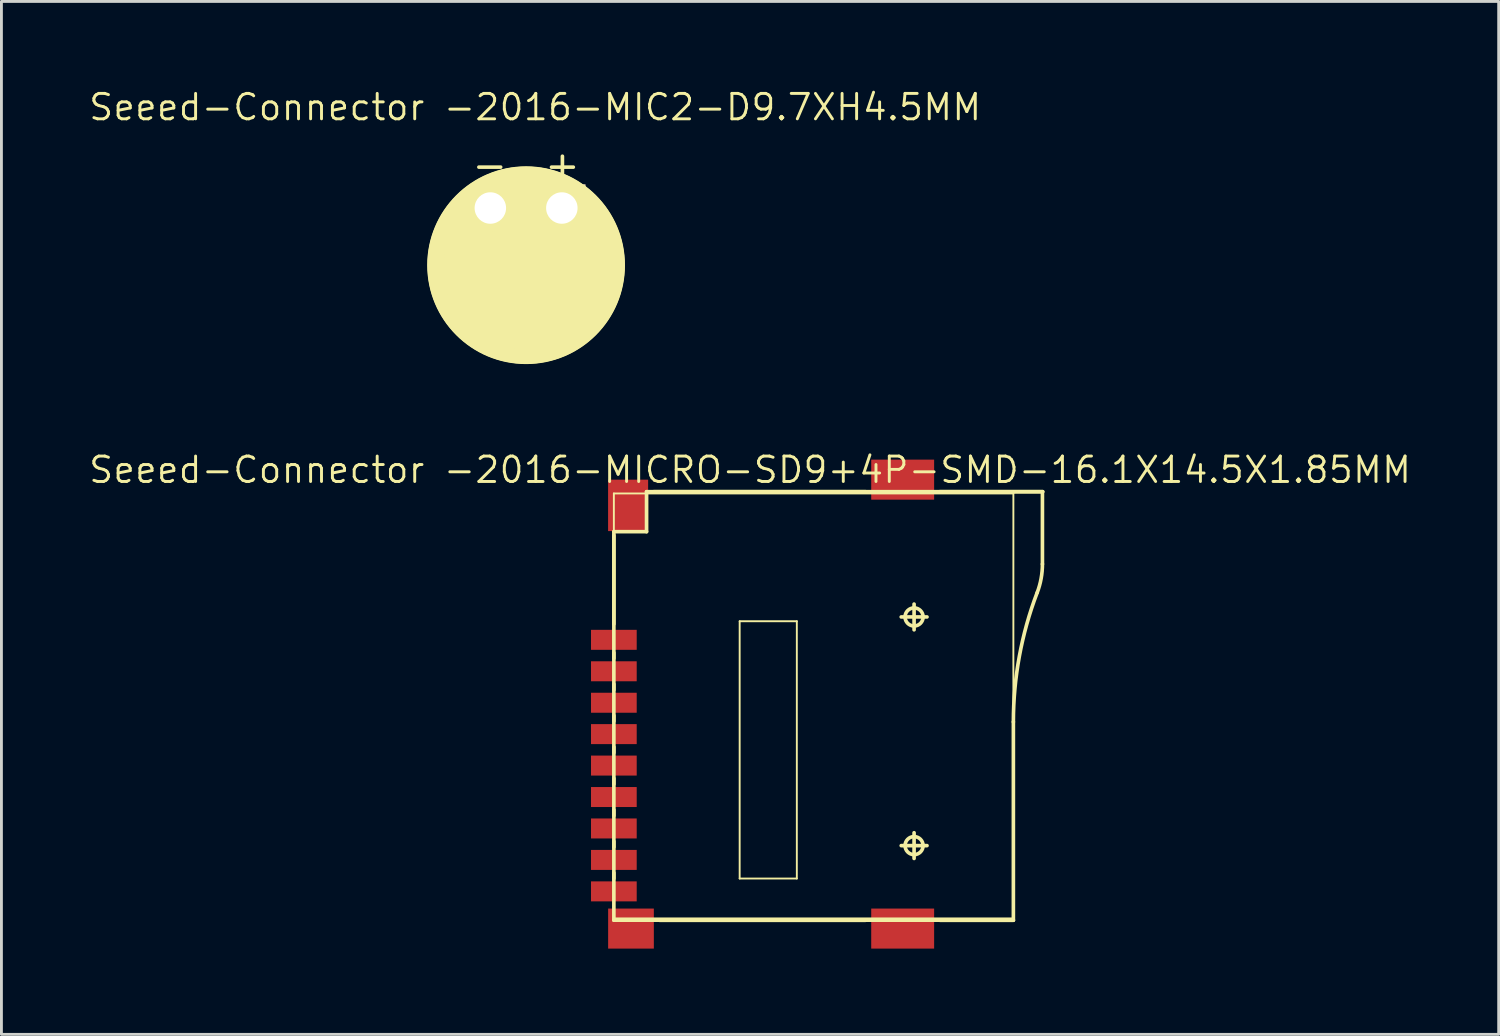
<source format=kicad_pcb>
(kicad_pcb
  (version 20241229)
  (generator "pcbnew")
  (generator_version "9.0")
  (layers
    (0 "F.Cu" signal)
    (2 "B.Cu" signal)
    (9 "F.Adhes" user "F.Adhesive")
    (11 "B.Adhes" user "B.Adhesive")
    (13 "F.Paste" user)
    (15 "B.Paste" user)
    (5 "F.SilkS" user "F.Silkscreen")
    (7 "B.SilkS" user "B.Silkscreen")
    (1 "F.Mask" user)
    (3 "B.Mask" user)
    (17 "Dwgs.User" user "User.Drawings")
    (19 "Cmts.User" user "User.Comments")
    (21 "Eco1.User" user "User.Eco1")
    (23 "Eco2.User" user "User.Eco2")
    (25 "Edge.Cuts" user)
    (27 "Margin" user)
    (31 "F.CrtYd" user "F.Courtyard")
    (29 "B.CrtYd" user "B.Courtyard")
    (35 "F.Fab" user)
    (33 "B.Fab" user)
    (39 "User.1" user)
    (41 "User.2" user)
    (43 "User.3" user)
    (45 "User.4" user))
  (footprint "Seeed-Connector -2016-MICRO-SD9+4P-SMD-16.1X14.5X1.85MM"
    (layer "F.Cu")
    (at 18.415 21.571)
    (property "Reference" "Seeed-Connector -2016-MICRO-SD9+4P-SMD-16.1X14.5X1.85MM" (at 4.763 -8.191 0) (layer "F.SilkS") (effects (font (size 0.889 0.889) (thickness 0.102))))
    (attr smd)
    (fp_line (start 0 -7.366) (end 13.97 -7.366) (stroke (width 0.066) (type solid)) (layer "F.SilkS"))
    (fp_line (start 0 -6.03) (end 1.143 -6.03) (stroke (width 0.127) (type solid)) (layer "F.SilkS"))
    (fp_line (start 0 -5.898) (end 0 -2.799) (stroke (width 0.127) (type solid)) (layer "F.SilkS"))
    (fp_line (start 0 -1.798) (end 0 -1.598) (stroke (width 0.127) (type solid)) (layer "F.SilkS"))
    (fp_line (start 0 -0.699) (end 0 -0.498) (stroke (width 0.127) (type solid)) (layer "F.SilkS"))
    (fp_line (start 0 0.399) (end 0 0.599) (stroke (width 0.127) (type solid)) (layer "F.SilkS"))
    (fp_line (start 0 1.499) (end 0 1.699) (stroke (width 0.127) (type solid)) (layer "F.SilkS"))
    (fp_line (start 0 2.598) (end 0 2.799) (stroke (width 0.127) (type solid)) (layer "F.SilkS"))
    (fp_line (start 0 3.698) (end 0 3.899) (stroke (width 0.127) (type solid)) (layer "F.SilkS"))
    (fp_line (start 0 4.798) (end 0 4.999) (stroke (width 0.127) (type solid)) (layer "F.SilkS"))
    (fp_line (start 0 5.898) (end 0 6.099) (stroke (width 0.127) (type solid)) (layer "F.SilkS"))
    (fp_line (start 0 7.493) (end 0 -7.366) (stroke (width 0.066) (type solid)) (layer "F.SilkS"))
    (fp_line (start 0 7.493) (end 13.97 7.493) (stroke (width 0.066) (type solid)) (layer "F.SilkS"))
    (fp_line (start 0 7.556) (end 0 -6.03) (stroke (width 0.127) (type solid)) (layer "F.SilkS"))
    (fp_line (start 1.143 -7.427) (end 14.986 -7.427) (stroke (width 0.127) (type solid)) (layer "F.SilkS"))
    (fp_line (start 1.143 -6.03) (end 1.143 -7.427) (stroke (width 0.127) (type solid)) (layer "F.SilkS"))
    (fp_line (start 1.598 7.559) (end 8.799 7.559) (stroke (width 0.127) (type solid)) (layer "F.SilkS"))
    (fp_line (start 4.399 -2.898) (end 6.398 -2.898) (stroke (width 0.066) (type solid)) (layer "F.SilkS"))
    (fp_line (start 4.399 6.099) (end 4.399 -2.898) (stroke (width 0.066) (type solid)) (layer "F.SilkS"))
    (fp_line (start 4.399 6.099) (end 6.398 6.099) (stroke (width 0.066) (type solid)) (layer "F.SilkS"))
    (fp_line (start 6.398 6.099) (end 6.398 -2.898) (stroke (width 0.066) (type solid)) (layer "F.SilkS"))
    (fp_line (start 8.799 -7.429) (end 1.4 -7.429) (stroke (width 0.127) (type solid)) (layer "F.SilkS"))
    (fp_line (start 10.048 -3.048) (end 10.95 -3.048) (stroke (width 0.127) (type solid)) (layer "F.SilkS"))
    (fp_line (start 10.048 4.948) (end 10.95 4.948) (stroke (width 0.127) (type solid)) (layer "F.SilkS"))
    (fp_line (start 10.498 -2.598) (end 10.498 -3.498) (stroke (width 0.127) (type solid)) (layer "F.SilkS"))
    (fp_line (start 10.498 5.397) (end 10.498 4.498) (stroke (width 0.127) (type solid)) (layer "F.SilkS"))
    (fp_line (start 11.4 7.559) (end 13.97 7.559) (stroke (width 0.127) (type solid)) (layer "F.SilkS"))
    (fp_line (start 13.97 0.622) (end 13.97 7.556) (stroke (width 0.127) (type solid)) (layer "F.SilkS"))
    (fp_line (start 13.97 7.493) (end 13.97 -7.366) (stroke (width 0.066) (type solid)) (layer "F.SilkS"))
    (fp_line (start 13.97 7.556) (end 0 7.556) (stroke (width 0.127) (type solid)) (layer "F.SilkS"))
    (fp_line (start 14.986 -7.427) (end 14.986 -4.897) (stroke (width 0.127) (type solid)) (layer "F.SilkS"))
    (fp_line (start 14.999 -7.429) (end 11.4 -7.429) (stroke (width 0.127) (type solid)) (layer "F.SilkS"))
    (fp_arc (start 13.97 0.6223) (mid 14.178642 -1.670293) (end 14.797714 -3.887558) (stroke (width 0.127) (type solid)) (layer "F.SilkS"))
    (fp_arc (start 14.986 -4.89712) (mid 14.939848 -4.389998) (end 14.80291 -3.899539) (stroke (width 0.127) (type solid)) (layer "F.SilkS"))
    (fp_circle (center 10.498 -3.048) (end 10.721 -3.272) (stroke (width 0.127) (type solid)) (fill no) (layer "F.SilkS"))
    (fp_circle (center 10.498 4.948) (end 10.721 5.171) (stroke (width 0.127) (type solid)) (fill no) (layer "F.SilkS"))
    (pad "1" smd rect (at 0 -2.248) (size 1.598 0.699) (layers "F.Cu" "F.Mask" "F.Paste"))
    (pad "2" smd rect (at 0 -1.148) (size 1.598 0.699) (layers "F.Cu" "F.Mask" "F.Paste"))
    (pad "3" smd rect (at 0 -0.048) (size 1.598 0.699) (layers "F.Cu" "F.Mask" "F.Paste"))
    (pad "4" smd rect (at 0 1.049) (size 1.598 0.699) (layers "F.Cu" "F.Mask" "F.Paste"))
    (pad "5" smd rect (at 0 2.149) (size 1.598 0.699) (layers "F.Cu" "F.Mask" "F.Paste"))
    (pad "6" smd rect (at 0 3.249) (size 1.598 0.699) (layers "F.Cu" "F.Mask" "F.Paste"))
    (pad "7" smd rect (at 0 4.348) (size 1.598 0.699) (layers "F.Cu" "F.Mask" "F.Paste"))
    (pad "8" smd rect (at 0 5.448) (size 1.598 0.699) (layers "F.Cu" "F.Mask" "F.Paste"))
    (pad "9" smd rect (at 0 6.548) (size 1.598 0.699) (layers "F.Cu" "F.Mask" "F.Paste"))
    (pad "G1" smd rect (at 0.599 7.849) (size 1.598 1.4) (layers "F.Cu" "F.Mask" "F.Paste"))
    (pad "G2" smd rect (at 10.099 7.849) (size 2.2 1.4) (layers "F.Cu" "F.Mask" "F.Paste"))
    (pad "G3" smd rect (at 10.099 -7.849) (size 2.2 1.4) (layers "F.Cu" "F.Mask" "F.Paste"))
    (pad "G4" smd rect (at 0.498 -6.949) (size 1.4 1.798) (layers "F.Cu" "F.Mask" "F.Paste")))
  (footprint "Seeed-Connector -2016-MIC2-D9.7XH4.5MM"
    (layer "F.Cu")
    (at 15.346 6.223)
    (property "Reference" "Seeed-Connector -2016-MIC2-D9.7XH4.5MM" (at 0.318 -5.524 0) (layer "F.SilkS") (effects (font (size 0.889 0.889) (thickness 0.102))))
    (attr exclude_from_pos_files exclude_from_bom)
    (fp_line (start -1.651 -3.429) (end -0.889 -3.429) (stroke (width 0.127) (type solid)) (layer "F.SilkS"))
    (fp_line (start 0.889 -3.429) (end 1.651 -3.429) (stroke (width 0.127) (type solid)) (layer "F.SilkS"))
    (fp_line (start 1.27 -3.81) (end 1.27 -3.048) (stroke (width 0.127) (type solid)) (layer "F.SilkS"))
    (fp_circle (center 0 0) (end -2.438 2.438) (stroke (width 0) (type solid)) (fill yes) (layer "F.SilkS"))
    (fp_circle (center 0 0) (end -2.423 2.423) (stroke (width 0.064) (type solid)) (fill no) (layer "F.SilkS"))
    (fp_circle (center 0 0) (end -2.05 2.05) (stroke (width 0.064) (type solid)) (fill no) (layer "F.SilkS"))
    (pad "+" thru_hole rect (at 1.25 -1.999) (size 1.648 1.648) (drill 1.1) (layers "*.Cu" "F.Mask" "F.SilkS" "F.Paste"))
    (pad "-" thru_hole circle (at -1.25 -1.999) (size 1.648 1.648) (drill 1.1) (layers "*.Cu" "F.Mask" "F.SilkS" "F.Paste")))
  (gr_rect
    (start -3 -3)
    (end 49.355 33.12)
    (stroke (width 0.1) (type default))
    (fill no)
    (layer "Edge.Cuts")))
</source>
